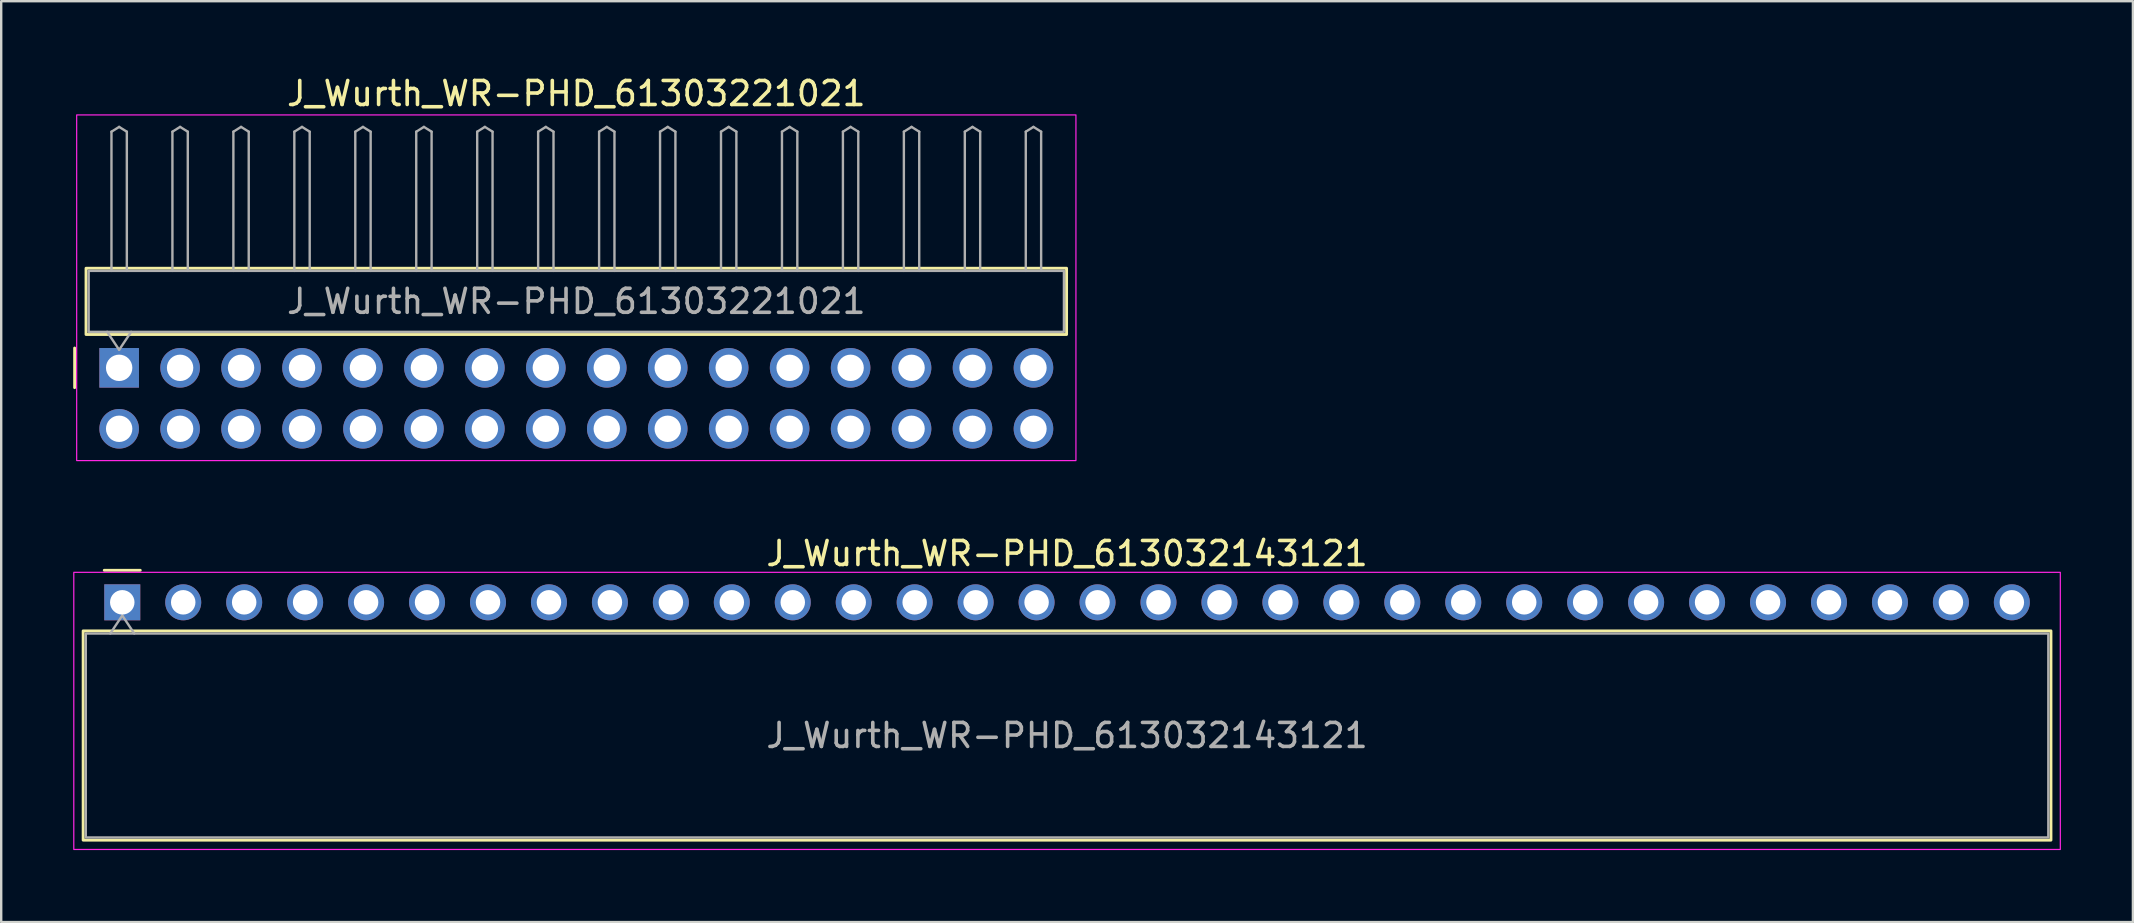
<source format=kicad_pcb>
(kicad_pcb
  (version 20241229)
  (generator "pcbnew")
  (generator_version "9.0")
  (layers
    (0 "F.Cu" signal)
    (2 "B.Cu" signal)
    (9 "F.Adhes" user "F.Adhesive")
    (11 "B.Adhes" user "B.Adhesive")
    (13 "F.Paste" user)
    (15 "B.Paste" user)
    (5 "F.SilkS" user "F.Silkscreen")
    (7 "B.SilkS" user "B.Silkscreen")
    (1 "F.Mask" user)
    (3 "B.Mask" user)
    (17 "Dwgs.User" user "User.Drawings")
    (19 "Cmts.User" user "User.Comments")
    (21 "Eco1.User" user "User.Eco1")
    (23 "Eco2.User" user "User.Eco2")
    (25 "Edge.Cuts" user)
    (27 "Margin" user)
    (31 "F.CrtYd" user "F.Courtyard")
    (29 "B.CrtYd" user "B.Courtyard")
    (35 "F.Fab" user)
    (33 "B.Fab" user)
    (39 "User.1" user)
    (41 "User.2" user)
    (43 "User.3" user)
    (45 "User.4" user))
  (footprint "J_Wurth_WR-PHD_61303221021"
    (layer "F.Cu")
    (at 1.915 12.278)
    (property "Reference" "J_Wurth_WR-PHD_61303221021" (at 19.05 -11.43 0) (unlocked yes) (layer "F.SilkS") (effects (font (size 1 1) (thickness 0.15))))
    (attr through_hole)
    (fp_line (start -1.855 -0.825) (end -1.855 0.825) (stroke (width 0.12) (type solid)) (layer "F.SilkS"))
    (fp_rect (start -1.38 -4.15) (end 39.48 -1.39) (stroke (width 0.12) (type solid)) (fill no) (layer "F.SilkS"))
    (fp_rect (start -1.77 -10.54) (end 39.87 3.865) (stroke (width 0.05) (type solid)) (fill no) (layer "F.CrtYd"))
    (fp_line (start -0.32 -9.84) (end -0.32 -4.04) (stroke (width 0.1) (type solid)) (layer "F.Fab"))
    (fp_line (start 0 -10.04) (end -0.32 -9.84) (stroke (width 0.1) (type solid)) (layer "F.Fab"))
    (fp_line (start 0 -0.75) (end -0.5 -1.5) (stroke (width 0.1) (type solid)) (layer "F.Fab"))
    (fp_line (start 0 -0.75) (end 0.5 -1.5) (stroke (width 0.1) (type solid)) (layer "F.Fab"))
    (fp_line (start 0.32 -9.84) (end 0 -10.04) (stroke (width 0.1) (type default)) (layer "F.Fab"))
    (fp_line (start 0.32 -4.04) (end 0.32 -9.84) (stroke (width 0.1) (type solid)) (layer "F.Fab"))
    (fp_line (start 2.22 -9.84) (end 2.22 -4.04) (stroke (width 0.1) (type solid)) (layer "F.Fab"))
    (fp_line (start 2.54 -10.04) (end 2.22 -9.84) (stroke (width 0.1) (type solid)) (layer "F.Fab"))
    (fp_line (start 2.86 -9.84) (end 2.54 -10.04) (stroke (width 0.1) (type default)) (layer "F.Fab"))
    (fp_line (start 2.86 -4.04) (end 2.86 -9.84) (stroke (width 0.1) (type solid)) (layer "F.Fab"))
    (fp_line (start 4.76 -9.84) (end 4.76 -4.04) (stroke (width 0.1) (type solid)) (layer "F.Fab"))
    (fp_line (start 5.08 -10.04) (end 4.76 -9.84) (stroke (width 0.1) (type solid)) (layer "F.Fab"))
    (fp_line (start 5.4 -9.84) (end 5.08 -10.04) (stroke (width 0.1) (type default)) (layer "F.Fab"))
    (fp_line (start 5.4 -4.04) (end 5.4 -9.84) (stroke (width 0.1) (type solid)) (layer "F.Fab"))
    (fp_line (start 7.3 -9.84) (end 7.3 -4.04) (stroke (width 0.1) (type solid)) (layer "F.Fab"))
    (fp_line (start 7.62 -10.04) (end 7.3 -9.84) (stroke (width 0.1) (type solid)) (layer "F.Fab"))
    (fp_line (start 7.94 -9.84) (end 7.62 -10.04) (stroke (width 0.1) (type default)) (layer "F.Fab"))
    (fp_line (start 7.94 -4.04) (end 7.94 -9.84) (stroke (width 0.1) (type solid)) (layer "F.Fab"))
    (fp_line (start 9.84 -9.84) (end 9.84 -4.04) (stroke (width 0.1) (type solid)) (layer "F.Fab"))
    (fp_line (start 10.16 -10.04) (end 9.84 -9.84) (stroke (width 0.1) (type solid)) (layer "F.Fab"))
    (fp_line (start 10.48 -9.84) (end 10.16 -10.04) (stroke (width 0.1) (type solid)) (layer "F.Fab"))
    (fp_line (start 10.48 -4.04) (end 10.48 -9.84) (stroke (width 0.1) (type solid)) (layer "F.Fab"))
    (fp_line (start 12.38 -9.84) (end 12.38 -4.04) (stroke (width 0.1) (type solid)) (layer "F.Fab"))
    (fp_line (start 12.7 -10.04) (end 12.38 -9.84) (stroke (width 0.1) (type solid)) (layer "F.Fab"))
    (fp_line (start 13.02 -9.84) (end 12.7 -10.04) (stroke (width 0.1) (type solid)) (layer "F.Fab"))
    (fp_line (start 13.02 -4.04) (end 13.02 -9.84) (stroke (width 0.1) (type solid)) (layer "F.Fab"))
    (fp_line (start 14.92 -9.84) (end 14.92 -4.04) (stroke (width 0.1) (type solid)) (layer "F.Fab"))
    (fp_line (start 15.24 -10.04) (end 14.92 -9.84) (stroke (width 0.1) (type solid)) (layer "F.Fab"))
    (fp_line (start 15.56 -9.84) (end 15.24 -10.04) (stroke (width 0.1) (type solid)) (layer "F.Fab"))
    (fp_line (start 15.56 -4.04) (end 15.56 -9.84) (stroke (width 0.1) (type solid)) (layer "F.Fab"))
    (fp_line (start 17.46 -9.84) (end 17.46 -4.04) (stroke (width 0.1) (type solid)) (layer "F.Fab"))
    (fp_line (start 17.78 -10.04) (end 17.46 -9.84) (stroke (width 0.1) (type solid)) (layer "F.Fab"))
    (fp_line (start 17.78 -10.04) (end 18.1 -9.84) (stroke (width 0.1) (type solid)) (layer "F.Fab"))
    (fp_line (start 18.1 -4.04) (end 18.1 -9.84) (stroke (width 0.1) (type solid)) (layer "F.Fab"))
    (fp_line (start 20 -9.84) (end 20 -4.04) (stroke (width 0.1) (type solid)) (layer "F.Fab"))
    (fp_line (start 20.32 -10.04) (end 20 -9.84) (stroke (width 0.1) (type solid)) (layer "F.Fab"))
    (fp_line (start 20.32 -10.04) (end 20.64 -9.84) (stroke (width 0.1) (type solid)) (layer "F.Fab"))
    (fp_line (start 20.64 -4.04) (end 20.64 -9.84) (stroke (width 0.1) (type solid)) (layer "F.Fab"))
    (fp_line (start 22.54 -9.84) (end 22.54 -4.04) (stroke (width 0.1) (type solid)) (layer "F.Fab"))
    (fp_line (start 22.86 -10.04) (end 22.54 -9.84) (stroke (width 0.1) (type solid)) (layer "F.Fab"))
    (fp_line (start 22.86 -10.04) (end 23.18 -9.84) (stroke (width 0.1) (type solid)) (layer "F.Fab"))
    (fp_line (start 23.18 -4.04) (end 23.18 -9.84) (stroke (width 0.1) (type solid)) (layer "F.Fab"))
    (fp_line (start 25.08 -9.84) (end 25.08 -4.04) (stroke (width 0.1) (type solid)) (layer "F.Fab"))
    (fp_line (start 25.4 -10.04) (end 25.08 -9.84) (stroke (width 0.1) (type solid)) (layer "F.Fab"))
    (fp_line (start 25.4 -10.04) (end 25.72 -9.84) (stroke (width 0.1) (type solid)) (layer "F.Fab"))
    (fp_line (start 25.72 -4.04) (end 25.72 -9.84) (stroke (width 0.1) (type solid)) (layer "F.Fab"))
    (fp_line (start 27.62 -9.84) (end 27.62 -4.04) (stroke (width 0.1) (type solid)) (layer "F.Fab"))
    (fp_line (start 27.94 -10.04) (end 27.62 -9.84) (stroke (width 0.1) (type solid)) (layer "F.Fab"))
    (fp_line (start 27.94 -10.04) (end 28.26 -9.84) (stroke (width 0.1) (type solid)) (layer "F.Fab"))
    (fp_line (start 28.26 -4.04) (end 28.26 -9.84) (stroke (width 0.1) (type solid)) (layer "F.Fab"))
    (fp_line (start 30.16 -9.84) (end 30.16 -4.04) (stroke (width 0.1) (type solid)) (layer "F.Fab"))
    (fp_line (start 30.48 -10.04) (end 30.16 -9.84) (stroke (width 0.1) (type solid)) (layer "F.Fab"))
    (fp_line (start 30.48 -10.04) (end 30.8 -9.84) (stroke (width 0.1) (type solid)) (layer "F.Fab"))
    (fp_line (start 30.8 -4.04) (end 30.8 -9.84) (stroke (width 0.1) (type solid)) (layer "F.Fab"))
    (fp_line (start 32.7 -9.84) (end 32.7 -4.04) (stroke (width 0.1) (type solid)) (layer "F.Fab"))
    (fp_line (start 33.02 -10.04) (end 32.7 -9.84) (stroke (width 0.1) (type solid)) (layer "F.Fab"))
    (fp_line (start 33.02 -10.04) (end 33.34 -9.84) (stroke (width 0.1) (type solid)) (layer "F.Fab"))
    (fp_line (start 33.34 -4.04) (end 33.34 -9.84) (stroke (width 0.1) (type solid)) (layer "F.Fab"))
    (fp_line (start 35.24 -9.84) (end 35.24 -4.04) (stroke (width 0.1) (type solid)) (layer "F.Fab"))
    (fp_line (start 35.56 -10.04) (end 35.24 -9.84) (stroke (width 0.1) (type solid)) (layer "F.Fab"))
    (fp_line (start 35.56 -10.04) (end 35.88 -9.84) (stroke (width 0.1) (type solid)) (layer "F.Fab"))
    (fp_line (start 35.88 -4.04) (end 35.88 -9.84) (stroke (width 0.1) (type solid)) (layer "F.Fab"))
    (fp_line (start 37.78 -9.84) (end 37.78 -4.04) (stroke (width 0.1) (type solid)) (layer "F.Fab"))
    (fp_line (start 38.1 -10.04) (end 37.78 -9.84) (stroke (width 0.1) (type solid)) (layer "F.Fab"))
    (fp_line (start 38.1 -10.04) (end 38.42 -9.84) (stroke (width 0.1) (type solid)) (layer "F.Fab"))
    (fp_line (start 38.42 -4.04) (end 38.42 -9.84) (stroke (width 0.1) (type solid)) (layer "F.Fab"))
    (fp_rect (start -1.27 -4.04) (end 39.37 -1.5) (stroke (width 0.1) (type solid)) (fill no) (layer "F.Fab"))
    (fp_text user "${REFERENCE}" (at 19.05 -2.77 0) (unlocked yes) (layer "F.Fab") (effects (font (size 1 1) (thickness 0.15))))
    (pad "1" thru_hole rect (at 0 0 180) (size 1.65 1.65) (drill 1.1) (layers "*.Cu" "*.Mask"))
    (pad "2" thru_hole circle (at 0 2.54 180) (size 1.65 1.65) (drill 1.1) (layers "*.Cu" "*.Mask"))
    (pad "3" thru_hole circle (at 2.54 0 180) (size 1.65 1.65) (drill 1.1) (layers "*.Cu" "*.Mask"))
    (pad "4" thru_hole circle (at 2.54 2.54 180) (size 1.65 1.65) (drill 1.1) (layers "*.Cu" "*.Mask"))
    (pad "5" thru_hole circle (at 5.08 0 180) (size 1.65 1.65) (drill 1.1) (layers "*.Cu" "*.Mask"))
    (pad "6" thru_hole circle (at 5.08 2.54 180) (size 1.65 1.65) (drill 1.1) (layers "*.Cu" "*.Mask"))
    (pad "7" thru_hole circle (at 7.62 0 180) (size 1.65 1.65) (drill 1.1) (layers "*.Cu" "*.Mask"))
    (pad "8" thru_hole circle (at 7.62 2.54 180) (size 1.65 1.65) (drill 1.1) (layers "*.Cu" "*.Mask"))
    (pad "9" thru_hole circle (at 10.16 0 180) (size 1.65 1.65) (drill 1.1) (layers "*.Cu" "*.Mask"))
    (pad "10" thru_hole circle (at 10.16 2.54 180) (size 1.65 1.65) (drill 1.1) (layers "*.Cu" "*.Mask"))
    (pad "11" thru_hole circle (at 12.7 0 180) (size 1.65 1.65) (drill 1.1) (layers "*.Cu" "*.Mask"))
    (pad "12" thru_hole circle (at 12.7 2.54 180) (size 1.65 1.65) (drill 1.1) (layers "*.Cu" "*.Mask"))
    (pad "13" thru_hole circle (at 15.24 0 180) (size 1.65 1.65) (drill 1.1) (layers "*.Cu" "*.Mask"))
    (pad "14" thru_hole circle (at 15.24 2.54 180) (size 1.65 1.65) (drill 1.1) (layers "*.Cu" "*.Mask"))
    (pad "15" thru_hole circle (at 17.78 0 180) (size 1.65 1.65) (drill 1.1) (layers "*.Cu" "*.Mask"))
    (pad "16" thru_hole circle (at 17.78 2.54 180) (size 1.65 1.65) (drill 1.1) (layers "*.Cu" "*.Mask"))
    (pad "17" thru_hole circle (at 20.32 0 180) (size 1.65 1.65) (drill 1.1) (layers "*.Cu" "*.Mask"))
    (pad "18" thru_hole circle (at 20.32 2.54 180) (size 1.65 1.65) (drill 1.1) (layers "*.Cu" "*.Mask"))
    (pad "19" thru_hole circle (at 22.86 0 180) (size 1.65 1.65) (drill 1.1) (layers "*.Cu" "*.Mask"))
    (pad "20" thru_hole circle (at 22.86 2.54 180) (size 1.65 1.65) (drill 1.1) (layers "*.Cu" "*.Mask"))
    (pad "21" thru_hole circle (at 25.4 0 180) (size 1.65 1.65) (drill 1.1) (layers "*.Cu" "*.Mask"))
    (pad "22" thru_hole circle (at 25.4 2.54 180) (size 1.65 1.65) (drill 1.1) (layers "*.Cu" "*.Mask"))
    (pad "23" thru_hole circle (at 27.94 0 180) (size 1.65 1.65) (drill 1.1) (layers "*.Cu" "*.Mask"))
    (pad "24" thru_hole circle (at 27.94 2.54 180) (size 1.65 1.65) (drill 1.1) (layers "*.Cu" "*.Mask"))
    (pad "25" thru_hole circle (at 30.48 0 180) (size 1.65 1.65) (drill 1.1) (layers "*.Cu" "*.Mask"))
    (pad "26" thru_hole circle (at 30.48 2.54 180) (size 1.65 1.65) (drill 1.1) (layers "*.Cu" "*.Mask"))
    (pad "27" thru_hole circle (at 33.02 0 180) (size 1.65 1.65) (drill 1.1) (layers "*.Cu" "*.Mask"))
    (pad "28" thru_hole circle (at 33.02 2.54 180) (size 1.65 1.65) (drill 1.1) (layers "*.Cu" "*.Mask"))
    (pad "29" thru_hole circle (at 35.56 0 180) (size 1.65 1.65) (drill 1.1) (layers "*.Cu" "*.Mask"))
    (pad "30" thru_hole circle (at 35.56 2.54 180) (size 1.65 1.65) (drill 1.1) (layers "*.Cu" "*.Mask"))
    (pad "31" thru_hole circle (at 38.1 0 180) (size 1.65 1.65) (drill 1.1) (layers "*.Cu" "*.Mask"))
    (pad "32" thru_hole circle (at 38.1 2.54 180) (size 1.65 1.65) (drill 1.1) (layers "*.Cu" "*.Mask")))
  (footprint "J_Wurth_WR-PHD_613032143121"
    (layer "F.Cu")
    (at 2.045 22.049)
    (property "Reference" "J_Wurth_WR-PHD_613032143121" (at 39.37 -2.032 0) (unlocked yes) (layer "F.SilkS") (effects (font (size 1 1) (thickness 0.15))))
    (attr through_hole)
    (fp_line (start -0.75 -1.335) (end 0.75 -1.335) (stroke (width 0.12) (type solid)) (layer "F.SilkS"))
    (fp_rect (start -1.63 1.19) (end 80.37 9.91) (stroke (width 0.12) (type solid)) (fill no) (layer "F.SilkS"))
    (fp_rect (start -2.02 -1.25) (end 80.76 10.3) (stroke (width 0.05) (type solid)) (fill no) (layer "F.CrtYd"))
    (fp_line (start 0 0.55) (end -0.5 1.3) (stroke (width 0.1) (type solid)) (layer "F.Fab"))
    (fp_line (start 0 0.55) (end 0.5 1.3) (stroke (width 0.1) (type solid)) (layer "F.Fab"))
    (fp_rect (start -1.52 1.3) (end 80.26 9.8) (stroke (width 0.1) (type solid)) (fill no) (layer "F.Fab"))
    (fp_text user "${REFERENCE}" (at 39.37 5.55 0) (unlocked yes) (layer "F.Fab") (effects (font (size 1 1) (thickness 0.15))))
    (pad "1" thru_hole rect (at 0 0) (size 1.5 1.5) (drill 1.02) (layers "*.Cu" "*.Mask"))
    (pad "2" thru_hole circle (at 2.54 0) (size 1.5 1.5) (drill 1.02) (layers "*.Cu" "*.Mask"))
    (pad "3" thru_hole circle (at 5.08 0) (size 1.5 1.5) (drill 1.02) (layers "*.Cu" "*.Mask"))
    (pad "4" thru_hole circle (at 7.62 0) (size 1.5 1.5) (drill 1.02) (layers "*.Cu" "*.Mask"))
    (pad "5" thru_hole circle (at 10.16 0) (size 1.5 1.5) (drill 1.02) (layers "*.Cu" "*.Mask"))
    (pad "6" thru_hole circle (at 12.7 0) (size 1.5 1.5) (drill 1.02) (layers "*.Cu" "*.Mask"))
    (pad "7" thru_hole circle (at 15.24 0) (size 1.5 1.5) (drill 1.02) (layers "*.Cu" "*.Mask"))
    (pad "8" thru_hole circle (at 17.78 0) (size 1.5 1.5) (drill 1.02) (layers "*.Cu" "*.Mask"))
    (pad "9" thru_hole circle (at 20.32 0) (size 1.5 1.5) (drill 1.02) (layers "*.Cu" "*.Mask"))
    (pad "10" thru_hole circle (at 22.86 0) (size 1.5 1.5) (drill 1.02) (layers "*.Cu" "*.Mask"))
    (pad "11" thru_hole circle (at 25.4 0) (size 1.5 1.5) (drill 1.02) (layers "*.Cu" "*.Mask"))
    (pad "12" thru_hole circle (at 27.94 0) (size 1.5 1.5) (drill 1.02) (layers "*.Cu" "*.Mask"))
    (pad "13" thru_hole circle (at 30.48 0) (size 1.5 1.5) (drill 1.02) (layers "*.Cu" "*.Mask"))
    (pad "14" thru_hole circle (at 33.02 0) (size 1.5 1.5) (drill 1.02) (layers "*.Cu" "*.Mask"))
    (pad "15" thru_hole circle (at 35.56 0) (size 1.5 1.5) (drill 1.02) (layers "*.Cu" "*.Mask"))
    (pad "16" thru_hole circle (at 38.1 0) (size 1.5 1.5) (drill 1.02) (layers "*.Cu" "*.Mask"))
    (pad "17" thru_hole circle (at 40.64 0) (size 1.5 1.5) (drill 1.02) (layers "*.Cu" "*.Mask"))
    (pad "18" thru_hole circle (at 43.18 0) (size 1.5 1.5) (drill 1.02) (layers "*.Cu" "*.Mask"))
    (pad "19" thru_hole circle (at 45.72 0) (size 1.5 1.5) (drill 1.02) (layers "*.Cu" "*.Mask"))
    (pad "20" thru_hole circle (at 48.26 0) (size 1.5 1.5) (drill 1.02) (layers "*.Cu" "*.Mask"))
    (pad "21" thru_hole circle (at 50.8 0) (size 1.5 1.5) (drill 1.02) (layers "*.Cu" "*.Mask"))
    (pad "22" thru_hole circle (at 53.34 0) (size 1.5 1.5) (drill 1.02) (layers "*.Cu" "*.Mask"))
    (pad "23" thru_hole circle (at 55.88 0) (size 1.5 1.5) (drill 1.02) (layers "*.Cu" "*.Mask"))
    (pad "24" thru_hole circle (at 58.42 0) (size 1.5 1.5) (drill 1.02) (layers "*.Cu" "*.Mask"))
    (pad "25" thru_hole circle (at 60.96 0) (size 1.5 1.5) (drill 1.02) (layers "*.Cu" "*.Mask"))
    (pad "26" thru_hole circle (at 63.5 0) (size 1.5 1.5) (drill 1.02) (layers "*.Cu" "*.Mask"))
    (pad "27" thru_hole circle (at 66.04 0) (size 1.5 1.5) (drill 1.02) (layers "*.Cu" "*.Mask"))
    (pad "28" thru_hole circle (at 68.58 0) (size 1.5 1.5) (drill 1.02) (layers "*.Cu" "*.Mask"))
    (pad "29" thru_hole circle (at 71.12 0) (size 1.5 1.5) (drill 1.02) (layers "*.Cu" "*.Mask"))
    (pad "30" thru_hole circle (at 73.66 0) (size 1.5 1.5) (drill 1.02) (layers "*.Cu" "*.Mask"))
    (pad "31" thru_hole circle (at 76.2 0) (size 1.5 1.5) (drill 1.02) (layers "*.Cu" "*.Mask"))
    (pad "32" thru_hole circle (at 78.74 0) (size 1.5 1.5) (drill 1.02) (layers "*.Cu" "*.Mask")))
  (gr_rect
    (start -3 -3)
    (end 85.83 35.373)
    (stroke (width 0.1) (type default))
    (fill no)
    (layer "Edge.Cuts")))
</source>
